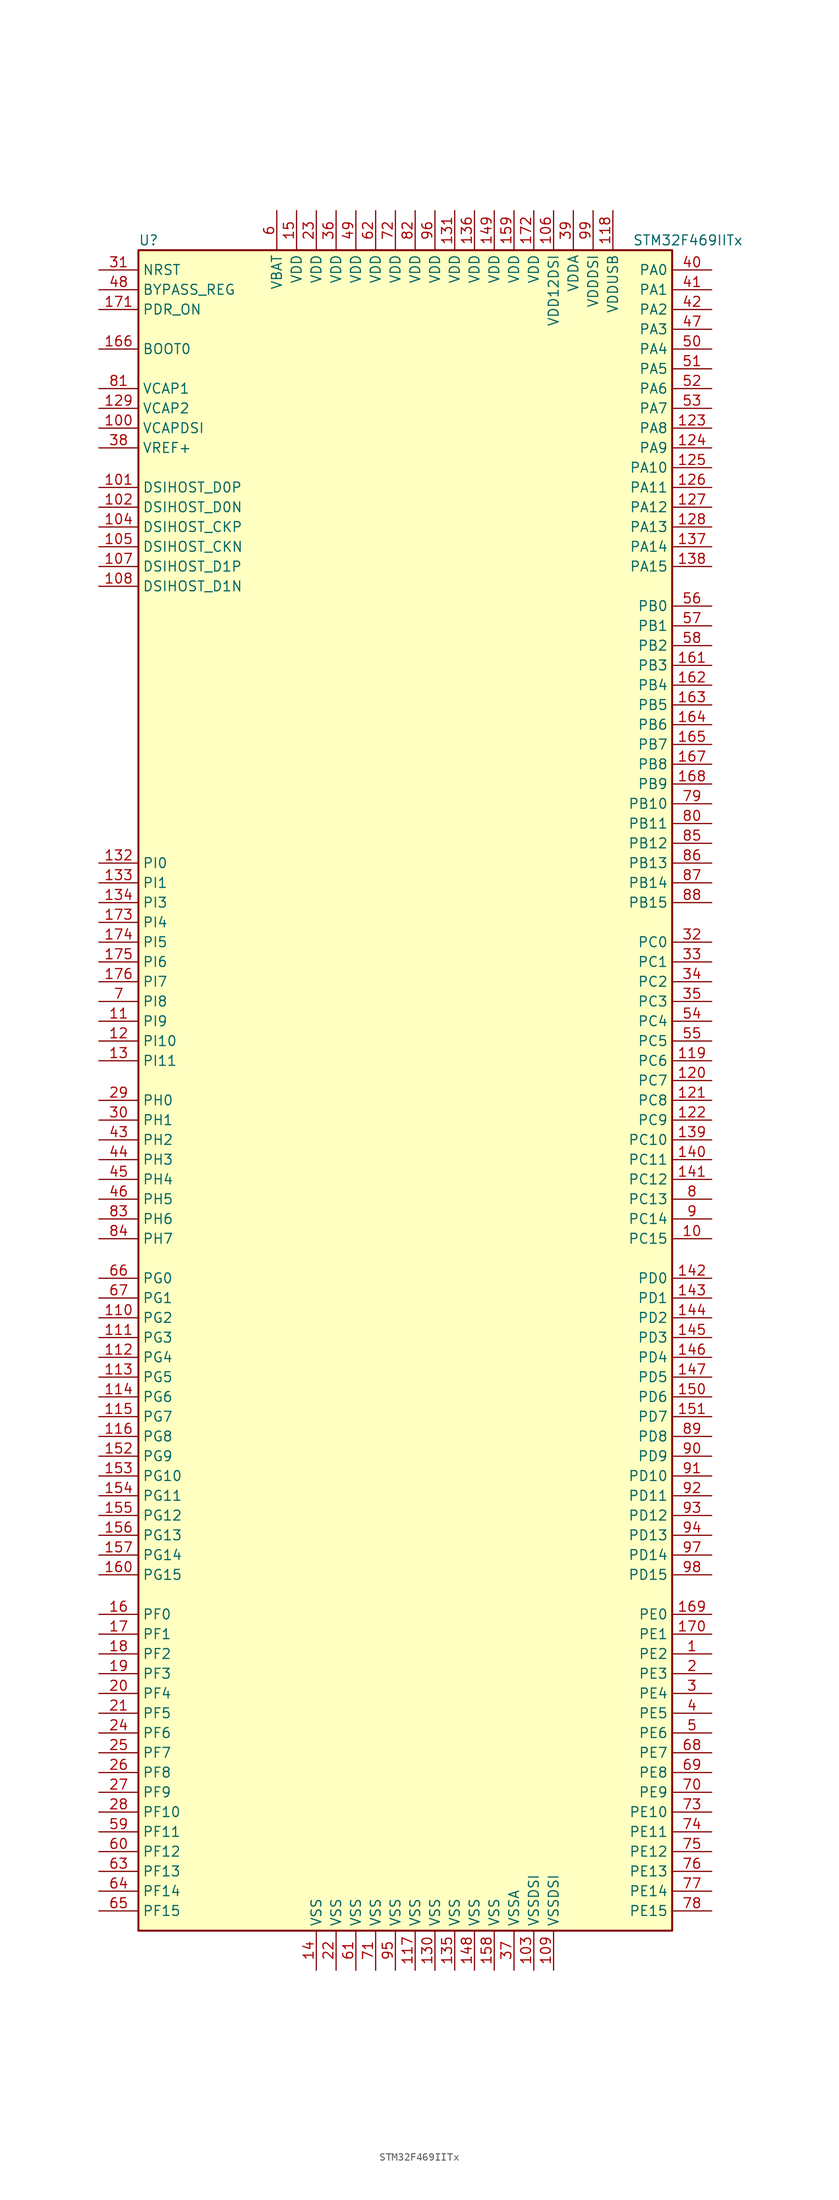
<source format=kicad_sym>
(kicad_symbol_lib
  (version 20201005)
  (generator kicad_symbol_editor)
  (symbol "MCU_ST_STM32F4:STM32F469IITx"
    (property "Reference" "U"
      (at -35.56 107.95 0)
      (effects (font (size 1.27 1.27)) (justify left)))
    (property "Value" "STM32F469IITx"
      (at 27.94 107.95 0)
      (effects (font (size 1.27 1.27)) (justify left)))
    (symbol "STM32F469IITx_0_1"
      (rectangle (start -35.56 -109.22) (end 33.02 106.68) (stroke (width 0.254)) (fill (type background))))
    (symbol "STM32F469IITx_1_1"
      (pin input line (at -40.64 93.98 0) (length 5.08) (name "BOOT0" (effects (font (size 1.27 1.27)))) (number "166" (effects (font (size 1.27 1.27)))))
      (pin input line (at -40.64 101.6 0) (length 5.08) (name "BYPASS_REG" (effects (font (size 1.27 1.27)))) (number "48" (effects (font (size 1.27 1.27)))))
      (pin bidirectional line (at -40.64 68.58 0) (length 5.08) (name "DSIHOST_CKN" (effects (font (size 1.27 1.27)))) (number "105" (effects (font (size 1.27 1.27)))))
      (pin bidirectional line (at -40.64 71.12 0) (length 5.08) (name "DSIHOST_CKP" (effects (font (size 1.27 1.27)))) (number "104" (effects (font (size 1.27 1.27)))))
      (pin bidirectional line (at -40.64 73.66 0) (length 5.08) (name "DSIHOST_D0N" (effects (font (size 1.27 1.27)))) (number "102" (effects (font (size 1.27 1.27)))))
      (pin bidirectional line (at -40.64 76.2 0) (length 5.08) (name "DSIHOST_D0P" (effects (font (size 1.27 1.27)))) (number "101" (effects (font (size 1.27 1.27)))))
      (pin bidirectional line (at -40.64 63.5 0) (length 5.08) (name "DSIHOST_D1N" (effects (font (size 1.27 1.27)))) (number "108" (effects (font (size 1.27 1.27)))))
      (pin bidirectional line (at -40.64 66.04 0) (length 5.08) (name "DSIHOST_D1P" (effects (font (size 1.27 1.27)))) (number "107" (effects (font (size 1.27 1.27)))))
      (pin input line (at -40.64 104.14 0) (length 5.08) (name "NRST" (effects (font (size 1.27 1.27)))) (number "31" (effects (font (size 1.27 1.27)))))
      (pin bidirectional line (at 38.1 104.14 180) (length 5.08) (name "PA0" (effects (font (size 1.27 1.27)))) (number "40" (effects (font (size 1.27 1.27)))))
      (pin bidirectional line (at 38.1 101.6 180) (length 5.08) (name "PA1" (effects (font (size 1.27 1.27)))) (number "41" (effects (font (size 1.27 1.27)))))
      (pin bidirectional line (at 38.1 78.74 180) (length 5.08) (name "PA10" (effects (font (size 1.27 1.27)))) (number "125" (effects (font (size 1.27 1.27)))))
      (pin bidirectional line (at 38.1 76.2 180) (length 5.08) (name "PA11" (effects (font (size 1.27 1.27)))) (number "126" (effects (font (size 1.27 1.27)))))
      (pin bidirectional line (at 38.1 73.66 180) (length 5.08) (name "PA12" (effects (font (size 1.27 1.27)))) (number "127" (effects (font (size 1.27 1.27)))))
      (pin bidirectional line (at 38.1 71.12 180) (length 5.08) (name "PA13" (effects (font (size 1.27 1.27)))) (number "128" (effects (font (size 1.27 1.27)))))
      (pin bidirectional line (at 38.1 68.58 180) (length 5.08) (name "PA14" (effects (font (size 1.27 1.27)))) (number "137" (effects (font (size 1.27 1.27)))))
      (pin bidirectional line (at 38.1 66.04 180) (length 5.08) (name "PA15" (effects (font (size 1.27 1.27)))) (number "138" (effects (font (size 1.27 1.27)))))
      (pin bidirectional line (at 38.1 99.06 180) (length 5.08) (name "PA2" (effects (font (size 1.27 1.27)))) (number "42" (effects (font (size 1.27 1.27)))))
      (pin bidirectional line (at 38.1 96.52 180) (length 5.08) (name "PA3" (effects (font (size 1.27 1.27)))) (number "47" (effects (font (size 1.27 1.27)))))
      (pin bidirectional line (at 38.1 93.98 180) (length 5.08) (name "PA4" (effects (font (size 1.27 1.27)))) (number "50" (effects (font (size 1.27 1.27)))))
      (pin bidirectional line (at 38.1 91.44 180) (length 5.08) (name "PA5" (effects (font (size 1.27 1.27)))) (number "51" (effects (font (size 1.27 1.27)))))
      (pin bidirectional line (at 38.1 88.9 180) (length 5.08) (name "PA6" (effects (font (size 1.27 1.27)))) (number "52" (effects (font (size 1.27 1.27)))))
      (pin bidirectional line (at 38.1 86.36 180) (length 5.08) (name "PA7" (effects (font (size 1.27 1.27)))) (number "53" (effects (font (size 1.27 1.27)))))
      (pin bidirectional line (at 38.1 83.82 180) (length 5.08) (name "PA8" (effects (font (size 1.27 1.27)))) (number "123" (effects (font (size 1.27 1.27)))))
      (pin bidirectional line (at 38.1 81.28 180) (length 5.08) (name "PA9" (effects (font (size 1.27 1.27)))) (number "124" (effects (font (size 1.27 1.27)))))
      (pin bidirectional line (at 38.1 60.96 180) (length 5.08) (name "PB0" (effects (font (size 1.27 1.27)))) (number "56" (effects (font (size 1.27 1.27)))))
      (pin bidirectional line (at 38.1 58.42 180) (length 5.08) (name "PB1" (effects (font (size 1.27 1.27)))) (number "57" (effects (font (size 1.27 1.27)))))
      (pin bidirectional line (at 38.1 35.56 180) (length 5.08) (name "PB10" (effects (font (size 1.27 1.27)))) (number "79" (effects (font (size 1.27 1.27)))))
      (pin bidirectional line (at 38.1 33.02 180) (length 5.08) (name "PB11" (effects (font (size 1.27 1.27)))) (number "80" (effects (font (size 1.27 1.27)))))
      (pin bidirectional line (at 38.1 30.48 180) (length 5.08) (name "PB12" (effects (font (size 1.27 1.27)))) (number "85" (effects (font (size 1.27 1.27)))))
      (pin bidirectional line (at 38.1 27.94 180) (length 5.08) (name "PB13" (effects (font (size 1.27 1.27)))) (number "86" (effects (font (size 1.27 1.27)))))
      (pin bidirectional line (at 38.1 25.4 180) (length 5.08) (name "PB14" (effects (font (size 1.27 1.27)))) (number "87" (effects (font (size 1.27 1.27)))))
      (pin bidirectional line (at 38.1 22.86 180) (length 5.08) (name "PB15" (effects (font (size 1.27 1.27)))) (number "88" (effects (font (size 1.27 1.27)))))
      (pin bidirectional line (at 38.1 55.88 180) (length 5.08) (name "PB2" (effects (font (size 1.27 1.27)))) (number "58" (effects (font (size 1.27 1.27)))))
      (pin bidirectional line (at 38.1 53.34 180) (length 5.08) (name "PB3" (effects (font (size 1.27 1.27)))) (number "161" (effects (font (size 1.27 1.27)))))
      (pin bidirectional line (at 38.1 50.8 180) (length 5.08) (name "PB4" (effects (font (size 1.27 1.27)))) (number "162" (effects (font (size 1.27 1.27)))))
      (pin bidirectional line (at 38.1 48.26 180) (length 5.08) (name "PB5" (effects (font (size 1.27 1.27)))) (number "163" (effects (font (size 1.27 1.27)))))
      (pin bidirectional line (at 38.1 45.72 180) (length 5.08) (name "PB6" (effects (font (size 1.27 1.27)))) (number "164" (effects (font (size 1.27 1.27)))))
      (pin bidirectional line (at 38.1 43.18 180) (length 5.08) (name "PB7" (effects (font (size 1.27 1.27)))) (number "165" (effects (font (size 1.27 1.27)))))
      (pin bidirectional line (at 38.1 40.64 180) (length 5.08) (name "PB8" (effects (font (size 1.27 1.27)))) (number "167" (effects (font (size 1.27 1.27)))))
      (pin bidirectional line (at 38.1 38.1 180) (length 5.08) (name "PB9" (effects (font (size 1.27 1.27)))) (number "168" (effects (font (size 1.27 1.27)))))
      (pin bidirectional line (at 38.1 17.78 180) (length 5.08) (name "PC0" (effects (font (size 1.27 1.27)))) (number "32" (effects (font (size 1.27 1.27)))))
      (pin bidirectional line (at 38.1 15.24 180) (length 5.08) (name "PC1" (effects (font (size 1.27 1.27)))) (number "33" (effects (font (size 1.27 1.27)))))
      (pin bidirectional line (at 38.1 -7.62 180) (length 5.08) (name "PC10" (effects (font (size 1.27 1.27)))) (number "139" (effects (font (size 1.27 1.27)))))
      (pin bidirectional line (at 38.1 -10.16 180) (length 5.08) (name "PC11" (effects (font (size 1.27 1.27)))) (number "140" (effects (font (size 1.27 1.27)))))
      (pin bidirectional line (at 38.1 -12.7 180) (length 5.08) (name "PC12" (effects (font (size 1.27 1.27)))) (number "141" (effects (font (size 1.27 1.27)))))
      (pin bidirectional line (at 38.1 -15.24 180) (length 5.08) (name "PC13" (effects (font (size 1.27 1.27)))) (number "8" (effects (font (size 1.27 1.27)))))
      (pin bidirectional line (at 38.1 -17.78 180) (length 5.08) (name "PC14" (effects (font (size 1.27 1.27)))) (number "9" (effects (font (size 1.27 1.27)))))
      (pin bidirectional line (at 38.1 -20.32 180) (length 5.08) (name "PC15" (effects (font (size 1.27 1.27)))) (number "10" (effects (font (size 1.27 1.27)))))
      (pin bidirectional line (at 38.1 12.7 180) (length 5.08) (name "PC2" (effects (font (size 1.27 1.27)))) (number "34" (effects (font (size 1.27 1.27)))))
      (pin bidirectional line (at 38.1 10.16 180) (length 5.08) (name "PC3" (effects (font (size 1.27 1.27)))) (number "35" (effects (font (size 1.27 1.27)))))
      (pin bidirectional line (at 38.1 7.62 180) (length 5.08) (name "PC4" (effects (font (size 1.27 1.27)))) (number "54" (effects (font (size 1.27 1.27)))))
      (pin bidirectional line (at 38.1 5.08 180) (length 5.08) (name "PC5" (effects (font (size 1.27 1.27)))) (number "55" (effects (font (size 1.27 1.27)))))
      (pin bidirectional line (at 38.1 2.54 180) (length 5.08) (name "PC6" (effects (font (size 1.27 1.27)))) (number "119" (effects (font (size 1.27 1.27)))))
      (pin bidirectional line (at 38.1 0 180) (length 5.08) (name "PC7" (effects (font (size 1.27 1.27)))) (number "120" (effects (font (size 1.27 1.27)))))
      (pin bidirectional line (at 38.1 -2.54 180) (length 5.08) (name "PC8" (effects (font (size 1.27 1.27)))) (number "121" (effects (font (size 1.27 1.27)))))
      (pin bidirectional line (at 38.1 -5.08 180) (length 5.08) (name "PC9" (effects (font (size 1.27 1.27)))) (number "122" (effects (font (size 1.27 1.27)))))
      (pin bidirectional line (at 38.1 -25.4 180) (length 5.08) (name "PD0" (effects (font (size 1.27 1.27)))) (number "142" (effects (font (size 1.27 1.27)))))
      (pin bidirectional line (at 38.1 -27.94 180) (length 5.08) (name "PD1" (effects (font (size 1.27 1.27)))) (number "143" (effects (font (size 1.27 1.27)))))
      (pin bidirectional line (at 38.1 -50.8 180) (length 5.08) (name "PD10" (effects (font (size 1.27 1.27)))) (number "91" (effects (font (size 1.27 1.27)))))
      (pin bidirectional line (at 38.1 -53.34 180) (length 5.08) (name "PD11" (effects (font (size 1.27 1.27)))) (number "92" (effects (font (size 1.27 1.27)))))
      (pin bidirectional line (at 38.1 -55.88 180) (length 5.08) (name "PD12" (effects (font (size 1.27 1.27)))) (number "93" (effects (font (size 1.27 1.27)))))
      (pin bidirectional line (at 38.1 -58.42 180) (length 5.08) (name "PD13" (effects (font (size 1.27 1.27)))) (number "94" (effects (font (size 1.27 1.27)))))
      (pin bidirectional line (at 38.1 -60.96 180) (length 5.08) (name "PD14" (effects (font (size 1.27 1.27)))) (number "97" (effects (font (size 1.27 1.27)))))
      (pin bidirectional line (at 38.1 -63.5 180) (length 5.08) (name "PD15" (effects (font (size 1.27 1.27)))) (number "98" (effects (font (size 1.27 1.27)))))
      (pin bidirectional line (at 38.1 -30.48 180) (length 5.08) (name "PD2" (effects (font (size 1.27 1.27)))) (number "144" (effects (font (size 1.27 1.27)))))
      (pin bidirectional line (at 38.1 -33.02 180) (length 5.08) (name "PD3" (effects (font (size 1.27 1.27)))) (number "145" (effects (font (size 1.27 1.27)))))
      (pin bidirectional line (at 38.1 -35.56 180) (length 5.08) (name "PD4" (effects (font (size 1.27 1.27)))) (number "146" (effects (font (size 1.27 1.27)))))
      (pin bidirectional line (at 38.1 -38.1 180) (length 5.08) (name "PD5" (effects (font (size 1.27 1.27)))) (number "147" (effects (font (size 1.27 1.27)))))
      (pin bidirectional line (at 38.1 -40.64 180) (length 5.08) (name "PD6" (effects (font (size 1.27 1.27)))) (number "150" (effects (font (size 1.27 1.27)))))
      (pin bidirectional line (at 38.1 -43.18 180) (length 5.08) (name "PD7" (effects (font (size 1.27 1.27)))) (number "151" (effects (font (size 1.27 1.27)))))
      (pin bidirectional line (at 38.1 -45.72 180) (length 5.08) (name "PD8" (effects (font (size 1.27 1.27)))) (number "89" (effects (font (size 1.27 1.27)))))
      (pin bidirectional line (at 38.1 -48.26 180) (length 5.08) (name "PD9" (effects (font (size 1.27 1.27)))) (number "90" (effects (font (size 1.27 1.27)))))
      (pin input line (at -40.64 99.06 0) (length 5.08) (name "PDR_ON" (effects (font (size 1.27 1.27)))) (number "171" (effects (font (size 1.27 1.27)))))
      (pin bidirectional line (at 38.1 -68.58 180) (length 5.08) (name "PE0" (effects (font (size 1.27 1.27)))) (number "169" (effects (font (size 1.27 1.27)))))
      (pin bidirectional line (at 38.1 -71.12 180) (length 5.08) (name "PE1" (effects (font (size 1.27 1.27)))) (number "170" (effects (font (size 1.27 1.27)))))
      (pin bidirectional line (at 38.1 -93.98 180) (length 5.08) (name "PE10" (effects (font (size 1.27 1.27)))) (number "73" (effects (font (size 1.27 1.27)))))
      (pin bidirectional line (at 38.1 -96.52 180) (length 5.08) (name "PE11" (effects (font (size 1.27 1.27)))) (number "74" (effects (font (size 1.27 1.27)))))
      (pin bidirectional line (at 38.1 -99.06 180) (length 5.08) (name "PE12" (effects (font (size 1.27 1.27)))) (number "75" (effects (font (size 1.27 1.27)))))
      (pin bidirectional line (at 38.1 -101.6 180) (length 5.08) (name "PE13" (effects (font (size 1.27 1.27)))) (number "76" (effects (font (size 1.27 1.27)))))
      (pin bidirectional line (at 38.1 -104.14 180) (length 5.08) (name "PE14" (effects (font (size 1.27 1.27)))) (number "77" (effects (font (size 1.27 1.27)))))
      (pin bidirectional line (at 38.1 -106.68 180) (length 5.08) (name "PE15" (effects (font (size 1.27 1.27)))) (number "78" (effects (font (size 1.27 1.27)))))
      (pin bidirectional line (at 38.1 -73.66 180) (length 5.08) (name "PE2" (effects (font (size 1.27 1.27)))) (number "1" (effects (font (size 1.27 1.27)))))
      (pin bidirectional line (at 38.1 -76.2 180) (length 5.08) (name "PE3" (effects (font (size 1.27 1.27)))) (number "2" (effects (font (size 1.27 1.27)))))
      (pin bidirectional line (at 38.1 -78.74 180) (length 5.08) (name "PE4" (effects (font (size 1.27 1.27)))) (number "3" (effects (font (size 1.27 1.27)))))
      (pin bidirectional line (at 38.1 -81.28 180) (length 5.08) (name "PE5" (effects (font (size 1.27 1.27)))) (number "4" (effects (font (size 1.27 1.27)))))
      (pin bidirectional line (at 38.1 -83.82 180) (length 5.08) (name "PE6" (effects (font (size 1.27 1.27)))) (number "5" (effects (font (size 1.27 1.27)))))
      (pin bidirectional line (at 38.1 -86.36 180) (length 5.08) (name "PE7" (effects (font (size 1.27 1.27)))) (number "68" (effects (font (size 1.27 1.27)))))
      (pin bidirectional line (at 38.1 -88.9 180) (length 5.08) (name "PE8" (effects (font (size 1.27 1.27)))) (number "69" (effects (font (size 1.27 1.27)))))
      (pin bidirectional line (at 38.1 -91.44 180) (length 5.08) (name "PE9" (effects (font (size 1.27 1.27)))) (number "70" (effects (font (size 1.27 1.27)))))
      (pin bidirectional line (at -40.64 -68.58 0) (length 5.08) (name "PF0" (effects (font (size 1.27 1.27)))) (number "16" (effects (font (size 1.27 1.27)))))
      (pin bidirectional line (at -40.64 -71.12 0) (length 5.08) (name "PF1" (effects (font (size 1.27 1.27)))) (number "17" (effects (font (size 1.27 1.27)))))
      (pin bidirectional line (at -40.64 -93.98 0) (length 5.08) (name "PF10" (effects (font (size 1.27 1.27)))) (number "28" (effects (font (size 1.27 1.27)))))
      (pin bidirectional line (at -40.64 -96.52 0) (length 5.08) (name "PF11" (effects (font (size 1.27 1.27)))) (number "59" (effects (font (size 1.27 1.27)))))
      (pin bidirectional line (at -40.64 -99.06 0) (length 5.08) (name "PF12" (effects (font (size 1.27 1.27)))) (number "60" (effects (font (size 1.27 1.27)))))
      (pin bidirectional line (at -40.64 -101.6 0) (length 5.08) (name "PF13" (effects (font (size 1.27 1.27)))) (number "63" (effects (font (size 1.27 1.27)))))
      (pin bidirectional line (at -40.64 -104.14 0) (length 5.08) (name "PF14" (effects (font (size 1.27 1.27)))) (number "64" (effects (font (size 1.27 1.27)))))
      (pin bidirectional line (at -40.64 -106.68 0) (length 5.08) (name "PF15" (effects (font (size 1.27 1.27)))) (number "65" (effects (font (size 1.27 1.27)))))
      (pin bidirectional line (at -40.64 -73.66 0) (length 5.08) (name "PF2" (effects (font (size 1.27 1.27)))) (number "18" (effects (font (size 1.27 1.27)))))
      (pin bidirectional line (at -40.64 -76.2 0) (length 5.08) (name "PF3" (effects (font (size 1.27 1.27)))) (number "19" (effects (font (size 1.27 1.27)))))
      (pin bidirectional line (at -40.64 -78.74 0) (length 5.08) (name "PF4" (effects (font (size 1.27 1.27)))) (number "20" (effects (font (size 1.27 1.27)))))
      (pin bidirectional line (at -40.64 -81.28 0) (length 5.08) (name "PF5" (effects (font (size 1.27 1.27)))) (number "21" (effects (font (size 1.27 1.27)))))
      (pin bidirectional line (at -40.64 -83.82 0) (length 5.08) (name "PF6" (effects (font (size 1.27 1.27)))) (number "24" (effects (font (size 1.27 1.27)))))
      (pin bidirectional line (at -40.64 -86.36 0) (length 5.08) (name "PF7" (effects (font (size 1.27 1.27)))) (number "25" (effects (font (size 1.27 1.27)))))
      (pin bidirectional line (at -40.64 -88.9 0) (length 5.08) (name "PF8" (effects (font (size 1.27 1.27)))) (number "26" (effects (font (size 1.27 1.27)))))
      (pin bidirectional line (at -40.64 -91.44 0) (length 5.08) (name "PF9" (effects (font (size 1.27 1.27)))) (number "27" (effects (font (size 1.27 1.27)))))
      (pin bidirectional line (at -40.64 -25.4 0) (length 5.08) (name "PG0" (effects (font (size 1.27 1.27)))) (number "66" (effects (font (size 1.27 1.27)))))
      (pin bidirectional line (at -40.64 -27.94 0) (length 5.08) (name "PG1" (effects (font (size 1.27 1.27)))) (number "67" (effects (font (size 1.27 1.27)))))
      (pin bidirectional line (at -40.64 -50.8 0) (length 5.08) (name "PG10" (effects (font (size 1.27 1.27)))) (number "153" (effects (font (size 1.27 1.27)))))
      (pin bidirectional line (at -40.64 -53.34 0) (length 5.08) (name "PG11" (effects (font (size 1.27 1.27)))) (number "154" (effects (font (size 1.27 1.27)))))
      (pin bidirectional line (at -40.64 -55.88 0) (length 5.08) (name "PG12" (effects (font (size 1.27 1.27)))) (number "155" (effects (font (size 1.27 1.27)))))
      (pin bidirectional line (at -40.64 -58.42 0) (length 5.08) (name "PG13" (effects (font (size 1.27 1.27)))) (number "156" (effects (font (size 1.27 1.27)))))
      (pin bidirectional line (at -40.64 -60.96 0) (length 5.08) (name "PG14" (effects (font (size 1.27 1.27)))) (number "157" (effects (font (size 1.27 1.27)))))
      (pin bidirectional line (at -40.64 -63.5 0) (length 5.08) (name "PG15" (effects (font (size 1.27 1.27)))) (number "160" (effects (font (size 1.27 1.27)))))
      (pin bidirectional line (at -40.64 -30.48 0) (length 5.08) (name "PG2" (effects (font (size 1.27 1.27)))) (number "110" (effects (font (size 1.27 1.27)))))
      (pin bidirectional line (at -40.64 -33.02 0) (length 5.08) (name "PG3" (effects (font (size 1.27 1.27)))) (number "111" (effects (font (size 1.27 1.27)))))
      (pin bidirectional line (at -40.64 -35.56 0) (length 5.08) (name "PG4" (effects (font (size 1.27 1.27)))) (number "112" (effects (font (size 1.27 1.27)))))
      (pin bidirectional line (at -40.64 -38.1 0) (length 5.08) (name "PG5" (effects (font (size 1.27 1.27)))) (number "113" (effects (font (size 1.27 1.27)))))
      (pin bidirectional line (at -40.64 -40.64 0) (length 5.08) (name "PG6" (effects (font (size 1.27 1.27)))) (number "114" (effects (font (size 1.27 1.27)))))
      (pin bidirectional line (at -40.64 -43.18 0) (length 5.08) (name "PG7" (effects (font (size 1.27 1.27)))) (number "115" (effects (font (size 1.27 1.27)))))
      (pin bidirectional line (at -40.64 -45.72 0) (length 5.08) (name "PG8" (effects (font (size 1.27 1.27)))) (number "116" (effects (font (size 1.27 1.27)))))
      (pin bidirectional line (at -40.64 -48.26 0) (length 5.08) (name "PG9" (effects (font (size 1.27 1.27)))) (number "152" (effects (font (size 1.27 1.27)))))
      (pin input line (at -40.64 -2.54 0) (length 5.08) (name "PH0" (effects (font (size 1.27 1.27)))) (number "29" (effects (font (size 1.27 1.27)))))
      (pin input line (at -40.64 -5.08 0) (length 5.08) (name "PH1" (effects (font (size 1.27 1.27)))) (number "30" (effects (font (size 1.27 1.27)))))
      (pin bidirectional line (at -40.64 -7.62 0) (length 5.08) (name "PH2" (effects (font (size 1.27 1.27)))) (number "43" (effects (font (size 1.27 1.27)))))
      (pin bidirectional line (at -40.64 -10.16 0) (length 5.08) (name "PH3" (effects (font (size 1.27 1.27)))) (number "44" (effects (font (size 1.27 1.27)))))
      (pin bidirectional line (at -40.64 -12.7 0) (length 5.08) (name "PH4" (effects (font (size 1.27 1.27)))) (number "45" (effects (font (size 1.27 1.27)))))
      (pin bidirectional line (at -40.64 -15.24 0) (length 5.08) (name "PH5" (effects (font (size 1.27 1.27)))) (number "46" (effects (font (size 1.27 1.27)))))
      (pin bidirectional line (at -40.64 -17.78 0) (length 5.08) (name "PH6" (effects (font (size 1.27 1.27)))) (number "83" (effects (font (size 1.27 1.27)))))
      (pin bidirectional line (at -40.64 -20.32 0) (length 5.08) (name "PH7" (effects (font (size 1.27 1.27)))) (number "84" (effects (font (size 1.27 1.27)))))
      (pin bidirectional line (at -40.64 27.94 0) (length 5.08) (name "PI0" (effects (font (size 1.27 1.27)))) (number "132" (effects (font (size 1.27 1.27)))))
      (pin bidirectional line (at -40.64 25.4 0) (length 5.08) (name "PI1" (effects (font (size 1.27 1.27)))) (number "133" (effects (font (size 1.27 1.27)))))
      (pin bidirectional line (at -40.64 5.08 0) (length 5.08) (name "PI10" (effects (font (size 1.27 1.27)))) (number "12" (effects (font (size 1.27 1.27)))))
      (pin bidirectional line (at -40.64 2.54 0) (length 5.08) (name "PI11" (effects (font (size 1.27 1.27)))) (number "13" (effects (font (size 1.27 1.27)))))
      (pin bidirectional line (at -40.64 22.86 0) (length 5.08) (name "PI3" (effects (font (size 1.27 1.27)))) (number "134" (effects (font (size 1.27 1.27)))))
      (pin bidirectional line (at -40.64 20.32 0) (length 5.08) (name "PI4" (effects (font (size 1.27 1.27)))) (number "173" (effects (font (size 1.27 1.27)))))
      (pin bidirectional line (at -40.64 17.78 0) (length 5.08) (name "PI5" (effects (font (size 1.27 1.27)))) (number "174" (effects (font (size 1.27 1.27)))))
      (pin bidirectional line (at -40.64 15.24 0) (length 5.08) (name "PI6" (effects (font (size 1.27 1.27)))) (number "175" (effects (font (size 1.27 1.27)))))
      (pin bidirectional line (at -40.64 12.7 0) (length 5.08) (name "PI7" (effects (font (size 1.27 1.27)))) (number "176" (effects (font (size 1.27 1.27)))))
      (pin bidirectional line (at -40.64 10.16 0) (length 5.08) (name "PI8" (effects (font (size 1.27 1.27)))) (number "7" (effects (font (size 1.27 1.27)))))
      (pin bidirectional line (at -40.64 7.62 0) (length 5.08) (name "PI9" (effects (font (size 1.27 1.27)))) (number "11" (effects (font (size 1.27 1.27)))))
      (pin power_in line (at -17.78 111.76 270) (length 5.08) (name "VBAT" (effects (font (size 1.27 1.27)))) (number "6" (effects (font (size 1.27 1.27)))))
      (pin power_in line (at -40.64 88.9 0) (length 5.08) (name "VCAP1" (effects (font (size 1.27 1.27)))) (number "81" (effects (font (size 1.27 1.27)))))
      (pin power_in line (at -40.64 86.36 0) (length 5.08) (name "VCAP2" (effects (font (size 1.27 1.27)))) (number "129" (effects (font (size 1.27 1.27)))))
      (pin power_in line (at -40.64 83.82 0) (length 5.08) (name "VCAPDSI" (effects (font (size 1.27 1.27)))) (number "100" (effects (font (size 1.27 1.27)))))
      (pin power_in line (at 5.08 111.76 270) (length 5.08) (name "VDD" (effects (font (size 1.27 1.27)))) (number "131" (effects (font (size 1.27 1.27)))))
      (pin power_in line (at 7.62 111.76 270) (length 5.08) (name "VDD" (effects (font (size 1.27 1.27)))) (number "136" (effects (font (size 1.27 1.27)))))
      (pin power_in line (at 10.16 111.76 270) (length 5.08) (name "VDD" (effects (font (size 1.27 1.27)))) (number "149" (effects (font (size 1.27 1.27)))))
      (pin power_in line (at -15.24 111.76 270) (length 5.08) (name "VDD" (effects (font (size 1.27 1.27)))) (number "15" (effects (font (size 1.27 1.27)))))
      (pin power_in line (at 12.7 111.76 270) (length 5.08) (name "VDD" (effects (font (size 1.27 1.27)))) (number "159" (effects (font (size 1.27 1.27)))))
      (pin power_in line (at 15.24 111.76 270) (length 5.08) (name "VDD" (effects (font (size 1.27 1.27)))) (number "172" (effects (font (size 1.27 1.27)))))
      (pin power_in line (at -12.7 111.76 270) (length 5.08) (name "VDD" (effects (font (size 1.27 1.27)))) (number "23" (effects (font (size 1.27 1.27)))))
      (pin power_in line (at -10.16 111.76 270) (length 5.08) (name "VDD" (effects (font (size 1.27 1.27)))) (number "36" (effects (font (size 1.27 1.27)))))
      (pin power_in line (at -7.62 111.76 270) (length 5.08) (name "VDD" (effects (font (size 1.27 1.27)))) (number "49" (effects (font (size 1.27 1.27)))))
      (pin power_in line (at -5.08 111.76 270) (length 5.08) (name "VDD" (effects (font (size 1.27 1.27)))) (number "62" (effects (font (size 1.27 1.27)))))
      (pin power_in line (at -2.54 111.76 270) (length 5.08) (name "VDD" (effects (font (size 1.27 1.27)))) (number "72" (effects (font (size 1.27 1.27)))))
      (pin power_in line (at 0 111.76 270) (length 5.08) (name "VDD" (effects (font (size 1.27 1.27)))) (number "82" (effects (font (size 1.27 1.27)))))
      (pin power_in line (at 2.54 111.76 270) (length 5.08) (name "VDD" (effects (font (size 1.27 1.27)))) (number "96" (effects (font (size 1.27 1.27)))))
      (pin power_in line (at 17.78 111.76 270) (length 5.08) (name "VDD12DSI" (effects (font (size 1.27 1.27)))) (number "106" (effects (font (size 1.27 1.27)))))
      (pin power_in line (at 20.32 111.76 270) (length 5.08) (name "VDDA" (effects (font (size 1.27 1.27)))) (number "39" (effects (font (size 1.27 1.27)))))
      (pin power_in line (at 22.86 111.76 270) (length 5.08) (name "VDDDSI" (effects (font (size 1.27 1.27)))) (number "99" (effects (font (size 1.27 1.27)))))
      (pin power_in line (at 25.4 111.76 270) (length 5.08) (name "VDDUSB" (effects (font (size 1.27 1.27)))) (number "118" (effects (font (size 1.27 1.27)))))
      (pin power_in line (at -40.64 81.28 0) (length 5.08) (name "VREF+" (effects (font (size 1.27 1.27)))) (number "38" (effects (font (size 1.27 1.27)))))
      (pin power_in line (at 0 -114.3 90) (length 5.08) (name "VSS" (effects (font (size 1.27 1.27)))) (number "117" (effects (font (size 1.27 1.27)))))
      (pin power_in line (at 2.54 -114.3 90) (length 5.08) (name "VSS" (effects (font (size 1.27 1.27)))) (number "130" (effects (font (size 1.27 1.27)))))
      (pin power_in line (at 5.08 -114.3 90) (length 5.08) (name "VSS" (effects (font (size 1.27 1.27)))) (number "135" (effects (font (size 1.27 1.27)))))
      (pin power_in line (at -12.7 -114.3 90) (length 5.08) (name "VSS" (effects (font (size 1.27 1.27)))) (number "14" (effects (font (size 1.27 1.27)))))
      (pin power_in line (at 7.62 -114.3 90) (length 5.08) (name "VSS" (effects (font (size 1.27 1.27)))) (number "148" (effects (font (size 1.27 1.27)))))
      (pin power_in line (at 10.16 -114.3 90) (length 5.08) (name "VSS" (effects (font (size 1.27 1.27)))) (number "158" (effects (font (size 1.27 1.27)))))
      (pin power_in line (at -10.16 -114.3 90) (length 5.08) (name "VSS" (effects (font (size 1.27 1.27)))) (number "22" (effects (font (size 1.27 1.27)))))
      (pin power_in line (at -7.62 -114.3 90) (length 5.08) (name "VSS" (effects (font (size 1.27 1.27)))) (number "61" (effects (font (size 1.27 1.27)))))
      (pin power_in line (at -5.08 -114.3 90) (length 5.08) (name "VSS" (effects (font (size 1.27 1.27)))) (number "71" (effects (font (size 1.27 1.27)))))
      (pin power_in line (at -2.54 -114.3 90) (length 5.08) (name "VSS" (effects (font (size 1.27 1.27)))) (number "95" (effects (font (size 1.27 1.27)))))
      (pin power_in line (at 12.7 -114.3 90) (length 5.08) (name "VSSA" (effects (font (size 1.27 1.27)))) (number "37" (effects (font (size 1.27 1.27)))))
      (pin power_in line (at 15.24 -114.3 90) (length 5.08) (name "VSSDSI" (effects (font (size 1.27 1.27)))) (number "103" (effects (font (size 1.27 1.27)))))
      (pin power_in line (at 17.78 -114.3 90) (length 5.08) (name "VSSDSI" (effects (font (size 1.27 1.27)))) (number "109" (effects (font (size 1.27 1.27))))))))
</source>
